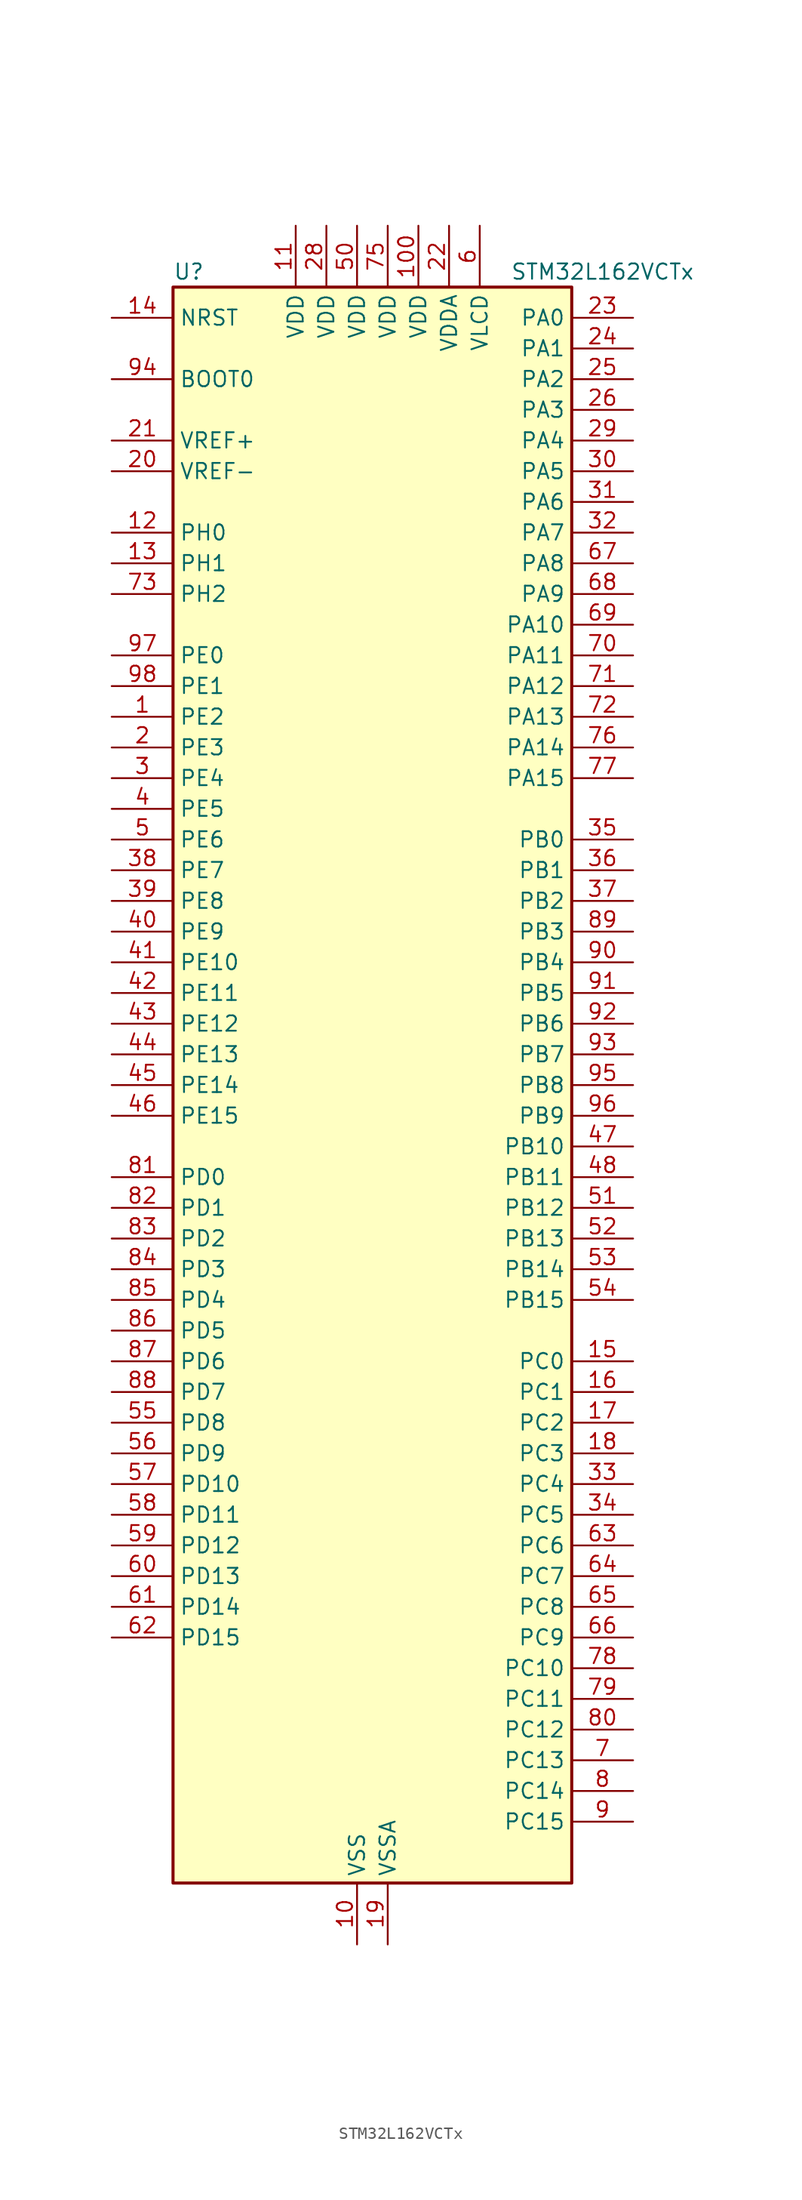
<source format=kicad_sym>
(kicad_symbol_lib
  (version 20231120)
  (generator "kicad-library-utils")
  (generator_version "8.0")
  (symbol "STM32L162VCTx"
    (property "Reference" "U"
      (at -15.24 67.31 0)
      (effects (font (size 1.27 1.27)) (justify left)))
    (property "Value" "STM32L162VCTx"
      (at 12.7 67.31 0)
      (effects (font (size 1.27 1.27)) (justify left)))
    (symbol "STM32L162VCTx_0_1"
      (rectangle (start -15.24 -66.04) (end 17.78 66.04) (stroke (width 0.254) (type default)) (fill (type background))))
    (symbol "STM32L162VCTx_1_1"
      (pin bidirectional line (at -20.32 30.48 0) (length 5.08) (name "PE2" (effects (font (size 1.27 1.27)))) (number "1" (effects (font (size 1.27 1.27)))) (alternate "LCD_SEG38" bidirectional line) (alternate "SYS_TRACECK" bidirectional line) (alternate "TIM3_ETR" bidirectional line) (alternate "TIMX_IC3" bidirectional line))
      (pin power_in line (at 0 -71.12 90) (length 5.08) (name "VSS" (effects (font (size 1.27 1.27)))) (number "10" (effects (font (size 1.27 1.27)))))
      (pin power_in line (at 5.08 71.12 270) (length 5.08) (name "VDD" (effects (font (size 1.27 1.27)))) (number "100" (effects (font (size 1.27 1.27)))))
      (pin power_in line (at -5.08 71.12 270) (length 5.08) (name "VDD" (effects (font (size 1.27 1.27)))) (number "11" (effects (font (size 1.27 1.27)))))
      (pin bidirectional line (at -20.32 45.72 0) (length 5.08) (name "PH0" (effects (font (size 1.27 1.27)))) (number "12" (effects (font (size 1.27 1.27)))) (alternate "RCC_OSC_IN" bidirectional line))
      (pin bidirectional line (at -20.32 43.18 0) (length 5.08) (name "PH1" (effects (font (size 1.27 1.27)))) (number "13" (effects (font (size 1.27 1.27)))) (alternate "RCC_OSC_OUT" bidirectional line))
      (pin input line (at -20.32 63.5 0) (length 5.08) (name "NRST" (effects (font (size 1.27 1.27)))) (number "14" (effects (font (size 1.27 1.27)))))
      (pin bidirectional line (at 22.86 -22.86 180) (length 5.08) (name "PC0" (effects (font (size 1.27 1.27)))) (number "15" (effects (font (size 1.27 1.27)))) (alternate "ADC_IN10" bidirectional line) (alternate "COMP1_INP" bidirectional line) (alternate "LCD_SEG18" bidirectional line) (alternate "TIMX_IC1" bidirectional line) (alternate "TS_G8_IO1" bidirectional line))
      (pin bidirectional line (at 22.86 -25.4 180) (length 5.08) (name "PC1" (effects (font (size 1.27 1.27)))) (number "16" (effects (font (size 1.27 1.27)))) (alternate "ADC_IN11" bidirectional line) (alternate "COMP1_INP" bidirectional line) (alternate "LCD_SEG19" bidirectional line) (alternate "TIMX_IC2" bidirectional line) (alternate "TS_G8_IO2" bidirectional line))
      (pin bidirectional line (at 22.86 -27.94 180) (length 5.08) (name "PC2" (effects (font (size 1.27 1.27)))) (number "17" (effects (font (size 1.27 1.27)))) (alternate "ADC_IN12" bidirectional line) (alternate "COMP1_INP" bidirectional line) (alternate "LCD_SEG20" bidirectional line) (alternate "TIMX_IC3" bidirectional line) (alternate "TS_G8_IO3" bidirectional line))
      (pin bidirectional line (at 22.86 -30.48 180) (length 5.08) (name "PC3" (effects (font (size 1.27 1.27)))) (number "18" (effects (font (size 1.27 1.27)))) (alternate "ADC_IN13" bidirectional line) (alternate "COMP1_INP" bidirectional line) (alternate "LCD_SEG21" bidirectional line) (alternate "TIMX_IC4" bidirectional line) (alternate "TS_G8_IO4" bidirectional line))
      (pin power_in line (at 2.54 -71.12 90) (length 5.08) (name "VSSA" (effects (font (size 1.27 1.27)))) (number "19" (effects (font (size 1.27 1.27)))))
      (pin bidirectional line (at -20.32 27.94 0) (length 5.08) (name "PE3" (effects (font (size 1.27 1.27)))) (number "2" (effects (font (size 1.27 1.27)))) (alternate "LCD_SEG39" bidirectional line) (alternate "SYS_TRACED0" bidirectional line) (alternate "TIM3_CH1" bidirectional line) (alternate "TIMX_IC4" bidirectional line))
      (pin input line (at -20.32 50.8 0) (length 5.08) (name "VREF-" (effects (font (size 1.27 1.27)))) (number "20" (effects (font (size 1.27 1.27)))))
      (pin input line (at -20.32 53.34 0) (length 5.08) (name "VREF+" (effects (font (size 1.27 1.27)))) (number "21" (effects (font (size 1.27 1.27)))))
      (pin power_in line (at 7.62 71.12 270) (length 5.08) (name "VDDA" (effects (font (size 1.27 1.27)))) (number "22" (effects (font (size 1.27 1.27)))))
      (pin bidirectional line (at 22.86 63.5 180) (length 5.08) (name "PA0" (effects (font (size 1.27 1.27)))) (number "23" (effects (font (size 1.27 1.27)))) (alternate "ADC_IN0" bidirectional line) (alternate "COMP1_INP" bidirectional line) (alternate "RTC_TAMP2" bidirectional line) (alternate "SYS_WKUP1" bidirectional line) (alternate "TIM2_CH1" bidirectional line) (alternate "TIM2_ETR" bidirectional line) (alternate "TIM5_CH1" bidirectional line) (alternate "TIMX_IC1" bidirectional line) (alternate "TS_G1_IO1" bidirectional line) (alternate "USART2_CTS" bidirectional line))
      (pin bidirectional line (at 22.86 60.96 180) (length 5.08) (name "PA1" (effects (font (size 1.27 1.27)))) (number "24" (effects (font (size 1.27 1.27)))) (alternate "ADC_IN1" bidirectional line) (alternate "COMP1_INP" bidirectional line) (alternate "LCD_SEG0" bidirectional line) (alternate "OPAMP1_VINP" bidirectional line) (alternate "TIM2_CH2" bidirectional line) (alternate "TIM5_CH2" bidirectional line) (alternate "TIMX_IC2" bidirectional line) (alternate "TS_G1_IO2" bidirectional line) (alternate "USART2_RTS" bidirectional line))
      (pin bidirectional line (at 22.86 58.42 180) (length 5.08) (name "PA2" (effects (font (size 1.27 1.27)))) (number "25" (effects (font (size 1.27 1.27)))) (alternate "ADC_IN2" bidirectional line) (alternate "COMP1_INP" bidirectional line) (alternate "LCD_SEG1" bidirectional line) (alternate "OPAMP1_VINM" bidirectional line) (alternate "TIM2_CH3" bidirectional line) (alternate "TIM5_CH3" bidirectional line) (alternate "TIM9_CH1" bidirectional line) (alternate "TIMX_IC3" bidirectional line) (alternate "TS_G1_IO3" bidirectional line) (alternate "USART2_TX" bidirectional line))
      (pin bidirectional line (at 22.86 55.88 180) (length 5.08) (name "PA3" (effects (font (size 1.27 1.27)))) (number "26" (effects (font (size 1.27 1.27)))) (alternate "ADC_IN3" bidirectional line) (alternate "COMP1_INP" bidirectional line) (alternate "LCD_SEG2" bidirectional line) (alternate "OPAMP1_VOUT" bidirectional line) (alternate "TIM2_CH4" bidirectional line) (alternate "TIM5_CH4" bidirectional line) (alternate "TIM9_CH2" bidirectional line) (alternate "TIMX_IC4" bidirectional line) (alternate "TS_G1_IO4" bidirectional line) (alternate "USART2_RX" bidirectional line))
      (pin passive line (at 0 -71.12 90) (length 5.08) hide (name "VSS" (effects (font (size 1.27 1.27)))) (number "27" (effects (font (size 1.27 1.27)))))
      (pin power_in line (at -2.54 71.12 270) (length 5.08) (name "VDD" (effects (font (size 1.27 1.27)))) (number "28" (effects (font (size 1.27 1.27)))))
      (pin bidirectional line (at 22.86 53.34 180) (length 5.08) (name "PA4" (effects (font (size 1.27 1.27)))) (number "29" (effects (font (size 1.27 1.27)))) (alternate "ADC_IN4" bidirectional line) (alternate "COMP1_INP" bidirectional line) (alternate "DAC_OUT1" bidirectional line) (alternate "I2S3_WS" bidirectional line) (alternate "SPI1_NSS" bidirectional line) (alternate "SPI3_NSS" bidirectional line) (alternate "TIMX_IC1" bidirectional line) (alternate "USART2_CK" bidirectional line))
      (pin bidirectional line (at -20.32 25.4 0) (length 5.08) (name "PE4" (effects (font (size 1.27 1.27)))) (number "3" (effects (font (size 1.27 1.27)))) (alternate "SYS_TRACED1" bidirectional line) (alternate "TIM3_CH2" bidirectional line) (alternate "TIMX_IC1" bidirectional line))
      (pin bidirectional line (at 22.86 50.8 180) (length 5.08) (name "PA5" (effects (font (size 1.27 1.27)))) (number "30" (effects (font (size 1.27 1.27)))) (alternate "ADC_IN5" bidirectional line) (alternate "COMP1_INP" bidirectional line) (alternate "DAC_OUT2" bidirectional line) (alternate "SPI1_SCK" bidirectional line) (alternate "TIM2_CH1" bidirectional line) (alternate "TIM2_ETR" bidirectional line) (alternate "TIMX_IC2" bidirectional line))
      (pin bidirectional line (at 22.86 48.26 180) (length 5.08) (name "PA6" (effects (font (size 1.27 1.27)))) (number "31" (effects (font (size 1.27 1.27)))) (alternate "ADC_IN6" bidirectional line) (alternate "COMP1_INP" bidirectional line) (alternate "LCD_SEG3" bidirectional line) (alternate "OPAMP2_VINP" bidirectional line) (alternate "SPI1_MISO" bidirectional line) (alternate "TIM10_CH1" bidirectional line) (alternate "TIM3_CH1" bidirectional line) (alternate "TIMX_IC3" bidirectional line) (alternate "TS_G2_IO1" bidirectional line))
      (pin bidirectional line (at 22.86 45.72 180) (length 5.08) (name "PA7" (effects (font (size 1.27 1.27)))) (number "32" (effects (font (size 1.27 1.27)))) (alternate "ADC_IN7" bidirectional line) (alternate "COMP1_INP" bidirectional line) (alternate "LCD_SEG4" bidirectional line) (alternate "OPAMP2_VINM" bidirectional line) (alternate "SPI1_MOSI" bidirectional line) (alternate "TIM11_CH1" bidirectional line) (alternate "TIM3_CH2" bidirectional line) (alternate "TIMX_IC4" bidirectional line) (alternate "TS_G2_IO2" bidirectional line))
      (pin bidirectional line (at 22.86 -33.02 180) (length 5.08) (name "PC4" (effects (font (size 1.27 1.27)))) (number "33" (effects (font (size 1.27 1.27)))) (alternate "ADC_IN14" bidirectional line) (alternate "COMP1_INP" bidirectional line) (alternate "LCD_SEG22" bidirectional line) (alternate "TIMX_IC1" bidirectional line) (alternate "TS_G9_IO1" bidirectional line))
      (pin bidirectional line (at 22.86 -35.56 180) (length 5.08) (name "PC5" (effects (font (size 1.27 1.27)))) (number "34" (effects (font (size 1.27 1.27)))) (alternate "ADC_IN15" bidirectional line) (alternate "COMP1_INP" bidirectional line) (alternate "LCD_SEG23" bidirectional line) (alternate "TIMX_IC2" bidirectional line) (alternate "TS_G9_IO2" bidirectional line))
      (pin bidirectional line (at 22.86 20.32 180) (length 5.08) (name "PB0" (effects (font (size 1.27 1.27)))) (number "35" (effects (font (size 1.27 1.27)))) (alternate "ADC_IN8" bidirectional line) (alternate "COMP1_INP" bidirectional line) (alternate "LCD_SEG5" bidirectional line) (alternate "OPAMP2_VOUT" bidirectional line) (alternate "SYS_V_REF_OUT" bidirectional line) (alternate "TIM3_CH3" bidirectional line) (alternate "TS_G3_IO1" bidirectional line))
      (pin bidirectional line (at 22.86 17.78 180) (length 5.08) (name "PB1" (effects (font (size 1.27 1.27)))) (number "36" (effects (font (size 1.27 1.27)))) (alternate "ADC_IN9" bidirectional line) (alternate "COMP1_INP" bidirectional line) (alternate "LCD_SEG6" bidirectional line) (alternate "SYS_V_REF_OUT" bidirectional line) (alternate "TIM3_CH4" bidirectional line) (alternate "TS_G3_IO2" bidirectional line))
      (pin bidirectional line (at 22.86 15.24 180) (length 5.08) (name "PB2" (effects (font (size 1.27 1.27)))) (number "37" (effects (font (size 1.27 1.27)))) (alternate "TS_G3_IO3" bidirectional line))
      (pin bidirectional line (at -20.32 17.78 0) (length 5.08) (name "PE7" (effects (font (size 1.27 1.27)))) (number "38" (effects (font (size 1.27 1.27)))) (alternate "ADC_IN22" bidirectional line) (alternate "COMP1_INP" bidirectional line) (alternate "TIMX_IC4" bidirectional line))
      (pin bidirectional line (at -20.32 15.24 0) (length 5.08) (name "PE8" (effects (font (size 1.27 1.27)))) (number "39" (effects (font (size 1.27 1.27)))) (alternate "ADC_IN23" bidirectional line) (alternate "COMP1_INP" bidirectional line) (alternate "TIMX_IC1" bidirectional line))
      (pin bidirectional line (at -20.32 22.86 0) (length 5.08) (name "PE5" (effects (font (size 1.27 1.27)))) (number "4" (effects (font (size 1.27 1.27)))) (alternate "SYS_TRACED2" bidirectional line) (alternate "TIM9_CH1" bidirectional line) (alternate "TIMX_IC2" bidirectional line))
      (pin bidirectional line (at -20.32 12.7 0) (length 5.08) (name "PE9" (effects (font (size 1.27 1.27)))) (number "40" (effects (font (size 1.27 1.27)))) (alternate "ADC_IN24" bidirectional line) (alternate "COMP1_INP" bidirectional line) (alternate "DAC_EXTI9" bidirectional line) (alternate "TIM2_CH1" bidirectional line) (alternate "TIM2_ETR" bidirectional line) (alternate "TIM5_ETR" bidirectional line) (alternate "TIMX_IC2" bidirectional line))
      (pin bidirectional line (at -20.32 10.16 0) (length 5.08) (name "PE10" (effects (font (size 1.27 1.27)))) (number "41" (effects (font (size 1.27 1.27)))) (alternate "ADC_IN25" bidirectional line) (alternate "COMP1_INP" bidirectional line) (alternate "TIM2_CH2" bidirectional line) (alternate "TIMX_IC3" bidirectional line))
      (pin bidirectional line (at -20.32 7.62 0) (length 5.08) (name "PE11" (effects (font (size 1.27 1.27)))) (number "42" (effects (font (size 1.27 1.27)))) (alternate "ADC_EXTI11" bidirectional line) (alternate "TIM2_CH3" bidirectional line) (alternate "TIMX_IC4" bidirectional line))
      (pin bidirectional line (at -20.32 5.08 0) (length 5.08) (name "PE12" (effects (font (size 1.27 1.27)))) (number "43" (effects (font (size 1.27 1.27)))) (alternate "SPI1_NSS" bidirectional line) (alternate "TIM2_CH4" bidirectional line) (alternate "TIMX_IC1" bidirectional line))
      (pin bidirectional line (at -20.32 2.54 0) (length 5.08) (name "PE13" (effects (font (size 1.27 1.27)))) (number "44" (effects (font (size 1.27 1.27)))) (alternate "SPI1_SCK" bidirectional line) (alternate "TIMX_IC2" bidirectional line))
      (pin bidirectional line (at -20.32 0 0) (length 5.08) (name "PE14" (effects (font (size 1.27 1.27)))) (number "45" (effects (font (size 1.27 1.27)))) (alternate "SPI1_MISO" bidirectional line) (alternate "TIMX_IC3" bidirectional line))
      (pin bidirectional line (at -20.32 -2.54 0) (length 5.08) (name "PE15" (effects (font (size 1.27 1.27)))) (number "46" (effects (font (size 1.27 1.27)))) (alternate "ADC_EXTI15" bidirectional line) (alternate "SPI1_MOSI" bidirectional line) (alternate "TIMX_IC4" bidirectional line))
      (pin bidirectional line (at 22.86 -5.08 180) (length 5.08) (name "PB10" (effects (font (size 1.27 1.27)))) (number "47" (effects (font (size 1.27 1.27)))) (alternate "I2C2_SCL" bidirectional line) (alternate "LCD_SEG10" bidirectional line) (alternate "TIM2_CH3" bidirectional line) (alternate "USART3_TX" bidirectional line))
      (pin bidirectional line (at 22.86 -7.62 180) (length 5.08) (name "PB11" (effects (font (size 1.27 1.27)))) (number "48" (effects (font (size 1.27 1.27)))) (alternate "ADC_EXTI11" bidirectional line) (alternate "I2C2_SDA" bidirectional line) (alternate "LCD_SEG11" bidirectional line) (alternate "TIM2_CH4" bidirectional line) (alternate "USART3_RX" bidirectional line))
      (pin passive line (at 0 -71.12 90) (length 5.08) hide (name "VSS" (effects (font (size 1.27 1.27)))) (number "49" (effects (font (size 1.27 1.27)))))
      (pin bidirectional line (at -20.32 20.32 0) (length 5.08) (name "PE6" (effects (font (size 1.27 1.27)))) (number "5" (effects (font (size 1.27 1.27)))) (alternate "RTC_TAMP3" bidirectional line) (alternate "SYS_TRACED3" bidirectional line) (alternate "SYS_WKUP3" bidirectional line) (alternate "TIM9_CH2" bidirectional line) (alternate "TIMX_IC3" bidirectional line))
      (pin power_in line (at 0 71.12 270) (length 5.08) (name "VDD" (effects (font (size 1.27 1.27)))) (number "50" (effects (font (size 1.27 1.27)))))
      (pin bidirectional line (at 22.86 -10.16 180) (length 5.08) (name "PB12" (effects (font (size 1.27 1.27)))) (number "51" (effects (font (size 1.27 1.27)))) (alternate "ADC_IN18" bidirectional line) (alternate "COMP1_INP" bidirectional line) (alternate "I2C2_SMBA" bidirectional line) (alternate "I2S2_WS" bidirectional line) (alternate "LCD_SEG12" bidirectional line) (alternate "SPI2_NSS" bidirectional line) (alternate "TIM10_CH1" bidirectional line) (alternate "TS_G7_IO1" bidirectional line) (alternate "USART3_CK" bidirectional line))
      (pin bidirectional line (at 22.86 -12.7 180) (length 5.08) (name "PB13" (effects (font (size 1.27 1.27)))) (number "52" (effects (font (size 1.27 1.27)))) (alternate "ADC_IN19" bidirectional line) (alternate "COMP1_INP" bidirectional line) (alternate "I2S2_CK" bidirectional line) (alternate "LCD_SEG13" bidirectional line) (alternate "SPI2_SCK" bidirectional line) (alternate "TIM9_CH1" bidirectional line) (alternate "TS_G7_IO2" bidirectional line) (alternate "USART3_CTS" bidirectional line))
      (pin bidirectional line (at 22.86 -15.24 180) (length 5.08) (name "PB14" (effects (font (size 1.27 1.27)))) (number "53" (effects (font (size 1.27 1.27)))) (alternate "ADC_IN20" bidirectional line) (alternate "COMP1_INP" bidirectional line) (alternate "LCD_SEG14" bidirectional line) (alternate "SPI2_MISO" bidirectional line) (alternate "TIM9_CH2" bidirectional line) (alternate "TS_G7_IO3" bidirectional line) (alternate "USART3_RTS" bidirectional line))
      (pin bidirectional line (at 22.86 -17.78 180) (length 5.08) (name "PB15" (effects (font (size 1.27 1.27)))) (number "54" (effects (font (size 1.27 1.27)))) (alternate "ADC_EXTI15" bidirectional line) (alternate "ADC_IN21" bidirectional line) (alternate "COMP1_INP" bidirectional line) (alternate "I2S2_SD" bidirectional line) (alternate "LCD_SEG15" bidirectional line) (alternate "RTC_REFIN" bidirectional line) (alternate "SPI2_MOSI" bidirectional line) (alternate "TIM11_CH1" bidirectional line) (alternate "TS_G7_IO4" bidirectional line))
      (pin bidirectional line (at -20.32 -27.94 0) (length 5.08) (name "PD8" (effects (font (size 1.27 1.27)))) (number "55" (effects (font (size 1.27 1.27)))) (alternate "LCD_SEG28" bidirectional line) (alternate "TIMX_IC1" bidirectional line) (alternate "USART3_TX" bidirectional line))
      (pin bidirectional line (at -20.32 -30.48 0) (length 5.08) (name "PD9" (effects (font (size 1.27 1.27)))) (number "56" (effects (font (size 1.27 1.27)))) (alternate "DAC_EXTI9" bidirectional line) (alternate "LCD_SEG29" bidirectional line) (alternate "TIMX_IC2" bidirectional line) (alternate "USART3_RX" bidirectional line))
      (pin bidirectional line (at -20.32 -33.02 0) (length 5.08) (name "PD10" (effects (font (size 1.27 1.27)))) (number "57" (effects (font (size 1.27 1.27)))) (alternate "LCD_SEG30" bidirectional line) (alternate "TIMX_IC3" bidirectional line) (alternate "USART3_CK" bidirectional line))
      (pin bidirectional line (at -20.32 -35.56 0) (length 5.08) (name "PD11" (effects (font (size 1.27 1.27)))) (number "58" (effects (font (size 1.27 1.27)))) (alternate "ADC_EXTI11" bidirectional line) (alternate "LCD_SEG31" bidirectional line) (alternate "TIMX_IC4" bidirectional line) (alternate "USART3_CTS" bidirectional line))
      (pin bidirectional line (at -20.32 -38.1 0) (length 5.08) (name "PD12" (effects (font (size 1.27 1.27)))) (number "59" (effects (font (size 1.27 1.27)))) (alternate "LCD_SEG32" bidirectional line) (alternate "TIM4_CH1" bidirectional line) (alternate "TIMX_IC1" bidirectional line) (alternate "USART3_RTS" bidirectional line))
      (pin power_in line (at 10.16 71.12 270) (length 5.08) (name "VLCD" (effects (font (size 1.27 1.27)))) (number "6" (effects (font (size 1.27 1.27)))))
      (pin bidirectional line (at -20.32 -40.64 0) (length 5.08) (name "PD13" (effects (font (size 1.27 1.27)))) (number "60" (effects (font (size 1.27 1.27)))) (alternate "LCD_SEG33" bidirectional line) (alternate "TIM4_CH2" bidirectional line) (alternate "TIMX_IC2" bidirectional line))
      (pin bidirectional line (at -20.32 -43.18 0) (length 5.08) (name "PD14" (effects (font (size 1.27 1.27)))) (number "61" (effects (font (size 1.27 1.27)))) (alternate "LCD_SEG34" bidirectional line) (alternate "TIM4_CH3" bidirectional line) (alternate "TIMX_IC3" bidirectional line))
      (pin bidirectional line (at -20.32 -45.72 0) (length 5.08) (name "PD15" (effects (font (size 1.27 1.27)))) (number "62" (effects (font (size 1.27 1.27)))) (alternate "ADC_EXTI15" bidirectional line) (alternate "LCD_SEG35" bidirectional line) (alternate "TIM4_CH4" bidirectional line) (alternate "TIMX_IC4" bidirectional line))
      (pin bidirectional line (at 22.86 -38.1 180) (length 5.08) (name "PC6" (effects (font (size 1.27 1.27)))) (number "63" (effects (font (size 1.27 1.27)))) (alternate "I2S2_MCK" bidirectional line) (alternate "LCD_SEG24" bidirectional line) (alternate "TIM3_CH1" bidirectional line) (alternate "TIMX_IC3" bidirectional line) (alternate "TS_G10_IO1" bidirectional line))
      (pin bidirectional line (at 22.86 -40.64 180) (length 5.08) (name "PC7" (effects (font (size 1.27 1.27)))) (number "64" (effects (font (size 1.27 1.27)))) (alternate "I2S3_MCK" bidirectional line) (alternate "LCD_SEG25" bidirectional line) (alternate "TIM3_CH2" bidirectional line) (alternate "TIMX_IC4" bidirectional line) (alternate "TS_G10_IO2" bidirectional line))
      (pin bidirectional line (at 22.86 -43.18 180) (length 5.08) (name "PC8" (effects (font (size 1.27 1.27)))) (number "65" (effects (font (size 1.27 1.27)))) (alternate "LCD_SEG26" bidirectional line) (alternate "TIM3_CH3" bidirectional line) (alternate "TIMX_IC1" bidirectional line) (alternate "TS_G10_IO3" bidirectional line))
      (pin bidirectional line (at 22.86 -45.72 180) (length 5.08) (name "PC9" (effects (font (size 1.27 1.27)))) (number "66" (effects (font (size 1.27 1.27)))) (alternate "DAC_EXTI9" bidirectional line) (alternate "LCD_SEG27" bidirectional line) (alternate "TIM3_CH4" bidirectional line) (alternate "TIMX_IC2" bidirectional line) (alternate "TS_G10_IO4" bidirectional line))
      (pin bidirectional line (at 22.86 43.18 180) (length 5.08) (name "PA8" (effects (font (size 1.27 1.27)))) (number "67" (effects (font (size 1.27 1.27)))) (alternate "LCD_COM0" bidirectional line) (alternate "RCC_MCO" bidirectional line) (alternate "TIMX_IC1" bidirectional line) (alternate "TS_G4_IO1" bidirectional line) (alternate "USART1_CK" bidirectional line))
      (pin bidirectional line (at 22.86 40.64 180) (length 5.08) (name "PA9" (effects (font (size 1.27 1.27)))) (number "68" (effects (font (size 1.27 1.27)))) (alternate "DAC_EXTI9" bidirectional line) (alternate "LCD_COM1" bidirectional line) (alternate "TIMX_IC2" bidirectional line) (alternate "TS_G4_IO2" bidirectional line) (alternate "USART1_TX" bidirectional line))
      (pin bidirectional line (at 22.86 38.1 180) (length 5.08) (name "PA10" (effects (font (size 1.27 1.27)))) (number "69" (effects (font (size 1.27 1.27)))) (alternate "LCD_COM2" bidirectional line) (alternate "TIMX_IC3" bidirectional line) (alternate "TS_G4_IO3" bidirectional line) (alternate "USART1_RX" bidirectional line))
      (pin bidirectional line (at 22.86 -55.88 180) (length 5.08) (name "PC13" (effects (font (size 1.27 1.27)))) (number "7" (effects (font (size 1.27 1.27)))) (alternate "RTC_OUT_ALARM" bidirectional line) (alternate "RTC_OUT_CALIB" bidirectional line) (alternate "RTC_TAMP1" bidirectional line) (alternate "RTC_TS" bidirectional line) (alternate "SYS_WKUP2" bidirectional line) (alternate "TIMX_IC2" bidirectional line))
      (pin bidirectional line (at 22.86 35.56 180) (length 5.08) (name "PA11" (effects (font (size 1.27 1.27)))) (number "70" (effects (font (size 1.27 1.27)))) (alternate "ADC_EXTI11" bidirectional line) (alternate "SPI1_MISO" bidirectional line) (alternate "TIMX_IC4" bidirectional line) (alternate "USART1_CTS" bidirectional line) (alternate "USB_DM" bidirectional line))
      (pin bidirectional line (at 22.86 33.02 180) (length 5.08) (name "PA12" (effects (font (size 1.27 1.27)))) (number "71" (effects (font (size 1.27 1.27)))) (alternate "SPI1_MOSI" bidirectional line) (alternate "TIMX_IC1" bidirectional line) (alternate "USART1_RTS" bidirectional line) (alternate "USB_DP" bidirectional line))
      (pin bidirectional line (at 22.86 30.48 180) (length 5.08) (name "PA13" (effects (font (size 1.27 1.27)))) (number "72" (effects (font (size 1.27 1.27)))) (alternate "SYS_JTMS-SWDIO" bidirectional line) (alternate "TIMX_IC2" bidirectional line) (alternate "TS_G5_IO1" bidirectional line))
      (pin bidirectional line (at -20.32 40.64 0) (length 5.08) (name "PH2" (effects (font (size 1.27 1.27)))) (number "73" (effects (font (size 1.27 1.27)))))
      (pin passive line (at 0 -71.12 90) (length 5.08) hide (name "VSS" (effects (font (size 1.27 1.27)))) (number "74" (effects (font (size 1.27 1.27)))))
      (pin power_in line (at 2.54 71.12 270) (length 5.08) (name "VDD" (effects (font (size 1.27 1.27)))) (number "75" (effects (font (size 1.27 1.27)))))
      (pin bidirectional line (at 22.86 27.94 180) (length 5.08) (name "PA14" (effects (font (size 1.27 1.27)))) (number "76" (effects (font (size 1.27 1.27)))) (alternate "SYS_JTCK-SWCLK" bidirectional line) (alternate "TIMX_IC3" bidirectional line) (alternate "TS_G5_IO2" bidirectional line))
      (pin bidirectional line (at 22.86 25.4 180) (length 5.08) (name "PA15" (effects (font (size 1.27 1.27)))) (number "77" (effects (font (size 1.27 1.27)))) (alternate "ADC_EXTI15" bidirectional line) (alternate "I2S3_WS" bidirectional line) (alternate "LCD_SEG17" bidirectional line) (alternate "SPI1_NSS" bidirectional line) (alternate "SPI3_NSS" bidirectional line) (alternate "SYS_JTDI" bidirectional line) (alternate "TIM2_CH1" bidirectional line) (alternate "TIM2_ETR" bidirectional line) (alternate "TIMX_IC4" bidirectional line) (alternate "TS_G5_IO3" bidirectional line))
      (pin bidirectional line (at 22.86 -48.26 180) (length 5.08) (name "PC10" (effects (font (size 1.27 1.27)))) (number "78" (effects (font (size 1.27 1.27)))) (alternate "I2S3_CK" bidirectional line) (alternate "LCD_COM4" bidirectional line) (alternate "LCD_SEG28" bidirectional line) (alternate "LCD_SEG40" bidirectional line) (alternate "SPI3_SCK" bidirectional line) (alternate "TIMX_IC3" bidirectional line) (alternate "USART3_TX" bidirectional line))
      (pin bidirectional line (at 22.86 -50.8 180) (length 5.08) (name "PC11" (effects (font (size 1.27 1.27)))) (number "79" (effects (font (size 1.27 1.27)))) (alternate "ADC_EXTI11" bidirectional line) (alternate "LCD_COM5" bidirectional line) (alternate "LCD_SEG29" bidirectional line) (alternate "LCD_SEG41" bidirectional line) (alternate "SPI3_MISO" bidirectional line) (alternate "TIMX_IC4" bidirectional line) (alternate "USART3_RX" bidirectional line))
      (pin bidirectional line (at 22.86 -58.42 180) (length 5.08) (name "PC14" (effects (font (size 1.27 1.27)))) (number "8" (effects (font (size 1.27 1.27)))) (alternate "RCC_OSC32_IN" bidirectional line) (alternate "TIMX_IC3" bidirectional line))
      (pin bidirectional line (at 22.86 -53.34 180) (length 5.08) (name "PC12" (effects (font (size 1.27 1.27)))) (number "80" (effects (font (size 1.27 1.27)))) (alternate "I2S3_SD" bidirectional line) (alternate "LCD_COM6" bidirectional line) (alternate "LCD_SEG30" bidirectional line) (alternate "LCD_SEG42" bidirectional line) (alternate "SPI3_MOSI" bidirectional line) (alternate "TIMX_IC1" bidirectional line) (alternate "USART3_CK" bidirectional line))
      (pin bidirectional line (at -20.32 -7.62 0) (length 5.08) (name "PD0" (effects (font (size 1.27 1.27)))) (number "81" (effects (font (size 1.27 1.27)))) (alternate "I2S2_WS" bidirectional line) (alternate "SPI2_NSS" bidirectional line) (alternate "TIM9_CH1" bidirectional line) (alternate "TIMX_IC1" bidirectional line))
      (pin bidirectional line (at -20.32 -10.16 0) (length 5.08) (name "PD1" (effects (font (size 1.27 1.27)))) (number "82" (effects (font (size 1.27 1.27)))) (alternate "I2S2_CK" bidirectional line) (alternate "SPI2_SCK" bidirectional line) (alternate "TIMX_IC2" bidirectional line))
      (pin bidirectional line (at -20.32 -12.7 0) (length 5.08) (name "PD2" (effects (font (size 1.27 1.27)))) (number "83" (effects (font (size 1.27 1.27)))) (alternate "LCD_COM7" bidirectional line) (alternate "LCD_SEG31" bidirectional line) (alternate "LCD_SEG43" bidirectional line) (alternate "TIM3_ETR" bidirectional line) (alternate "TIMX_IC3" bidirectional line))
      (pin bidirectional line (at -20.32 -15.24 0) (length 5.08) (name "PD3" (effects (font (size 1.27 1.27)))) (number "84" (effects (font (size 1.27 1.27)))) (alternate "SPI2_MISO" bidirectional line) (alternate "TIMX_IC4" bidirectional line) (alternate "USART2_CTS" bidirectional line))
      (pin bidirectional line (at -20.32 -17.78 0) (length 5.08) (name "PD4" (effects (font (size 1.27 1.27)))) (number "85" (effects (font (size 1.27 1.27)))) (alternate "I2S2_SD" bidirectional line) (alternate "SPI2_MOSI" bidirectional line) (alternate "TIMX_IC1" bidirectional line) (alternate "USART2_RTS" bidirectional line))
      (pin bidirectional line (at -20.32 -20.32 0) (length 5.08) (name "PD5" (effects (font (size 1.27 1.27)))) (number "86" (effects (font (size 1.27 1.27)))) (alternate "TIMX_IC2" bidirectional line) (alternate "USART2_TX" bidirectional line))
      (pin bidirectional line (at -20.32 -22.86 0) (length 5.08) (name "PD6" (effects (font (size 1.27 1.27)))) (number "87" (effects (font (size 1.27 1.27)))) (alternate "TIMX_IC3" bidirectional line) (alternate "USART2_RX" bidirectional line))
      (pin bidirectional line (at -20.32 -25.4 0) (length 5.08) (name "PD7" (effects (font (size 1.27 1.27)))) (number "88" (effects (font (size 1.27 1.27)))) (alternate "TIM9_CH2" bidirectional line) (alternate "TIMX_IC4" bidirectional line) (alternate "USART2_CK" bidirectional line))
      (pin bidirectional line (at 22.86 12.7 180) (length 5.08) (name "PB3" (effects (font (size 1.27 1.27)))) (number "89" (effects (font (size 1.27 1.27)))) (alternate "COMP2_INM" bidirectional line) (alternate "I2S3_CK" bidirectional line) (alternate "LCD_SEG7" bidirectional line) (alternate "SPI1_SCK" bidirectional line) (alternate "SPI3_SCK" bidirectional line) (alternate "SYS_JTDO-TRACESWO" bidirectional line) (alternate "TIM2_CH2" bidirectional line))
      (pin bidirectional line (at 22.86 -60.96 180) (length 5.08) (name "PC15" (effects (font (size 1.27 1.27)))) (number "9" (effects (font (size 1.27 1.27)))) (alternate "ADC_EXTI15" bidirectional line) (alternate "RCC_OSC32_OUT" bidirectional line) (alternate "TIMX_IC4" bidirectional line))
      (pin bidirectional line (at 22.86 10.16 180) (length 5.08) (name "PB4" (effects (font (size 1.27 1.27)))) (number "90" (effects (font (size 1.27 1.27)))) (alternate "COMP2_INP" bidirectional line) (alternate "LCD_SEG8" bidirectional line) (alternate "SPI1_MISO" bidirectional line) (alternate "SPI3_MISO" bidirectional line) (alternate "SYS_JTRST" bidirectional line) (alternate "TIM3_CH1" bidirectional line) (alternate "TS_G6_IO1" bidirectional line))
      (pin bidirectional line (at 22.86 7.62 180) (length 5.08) (name "PB5" (effects (font (size 1.27 1.27)))) (number "91" (effects (font (size 1.27 1.27)))) (alternate "COMP2_INP" bidirectional line) (alternate "I2C1_SMBA" bidirectional line) (alternate "I2S3_SD" bidirectional line) (alternate "LCD_SEG9" bidirectional line) (alternate "SPI1_MOSI" bidirectional line) (alternate "SPI3_MOSI" bidirectional line) (alternate "TIM3_CH2" bidirectional line) (alternate "TS_G6_IO2" bidirectional line))
      (pin bidirectional line (at 22.86 5.08 180) (length 5.08) (name "PB6" (effects (font (size 1.27 1.27)))) (number "92" (effects (font (size 1.27 1.27)))) (alternate "COMP2_INP" bidirectional line) (alternate "I2C1_SCL" bidirectional line) (alternate "TIM4_CH1" bidirectional line) (alternate "TS_G6_IO3" bidirectional line) (alternate "USART1_TX" bidirectional line))
      (pin bidirectional line (at 22.86 2.54 180) (length 5.08) (name "PB7" (effects (font (size 1.27 1.27)))) (number "93" (effects (font (size 1.27 1.27)))) (alternate "COMP2_INP" bidirectional line) (alternate "I2C1_SDA" bidirectional line) (alternate "SYS_PVD_IN" bidirectional line) (alternate "TIM4_CH2" bidirectional line) (alternate "TS_G6_IO4" bidirectional line) (alternate "USART1_RX" bidirectional line))
      (pin input line (at -20.32 58.42 0) (length 5.08) (name "BOOT0" (effects (font (size 1.27 1.27)))) (number "94" (effects (font (size 1.27 1.27)))))
      (pin bidirectional line (at 22.86 0 180) (length 5.08) (name "PB8" (effects (font (size 1.27 1.27)))) (number "95" (effects (font (size 1.27 1.27)))) (alternate "I2C1_SCL" bidirectional line) (alternate "LCD_SEG16" bidirectional line) (alternate "TIM10_CH1" bidirectional line) (alternate "TIM4_CH3" bidirectional line))
      (pin bidirectional line (at 22.86 -2.54 180) (length 5.08) (name "PB9" (effects (font (size 1.27 1.27)))) (number "96" (effects (font (size 1.27 1.27)))) (alternate "DAC_EXTI9" bidirectional line) (alternate "I2C1_SDA" bidirectional line) (alternate "LCD_COM3" bidirectional line) (alternate "TIM11_CH1" bidirectional line) (alternate "TIM4_CH4" bidirectional line))
      (pin bidirectional line (at -20.32 35.56 0) (length 5.08) (name "PE0" (effects (font (size 1.27 1.27)))) (number "97" (effects (font (size 1.27 1.27)))) (alternate "LCD_SEG36" bidirectional line) (alternate "TIM10_CH1" bidirectional line) (alternate "TIM4_ETR" bidirectional line) (alternate "TIMX_IC1" bidirectional line))
      (pin bidirectional line (at -20.32 33.02 0) (length 5.08) (name "PE1" (effects (font (size 1.27 1.27)))) (number "98" (effects (font (size 1.27 1.27)))) (alternate "LCD_SEG37" bidirectional line) (alternate "TIM11_CH1" bidirectional line) (alternate "TIMX_IC2" bidirectional line))
      (pin passive line (at 0 -71.12 90) (length 5.08) hide (name "VSS" (effects (font (size 1.27 1.27)))) (number "99" (effects (font (size 1.27 1.27))))))))
</source>
